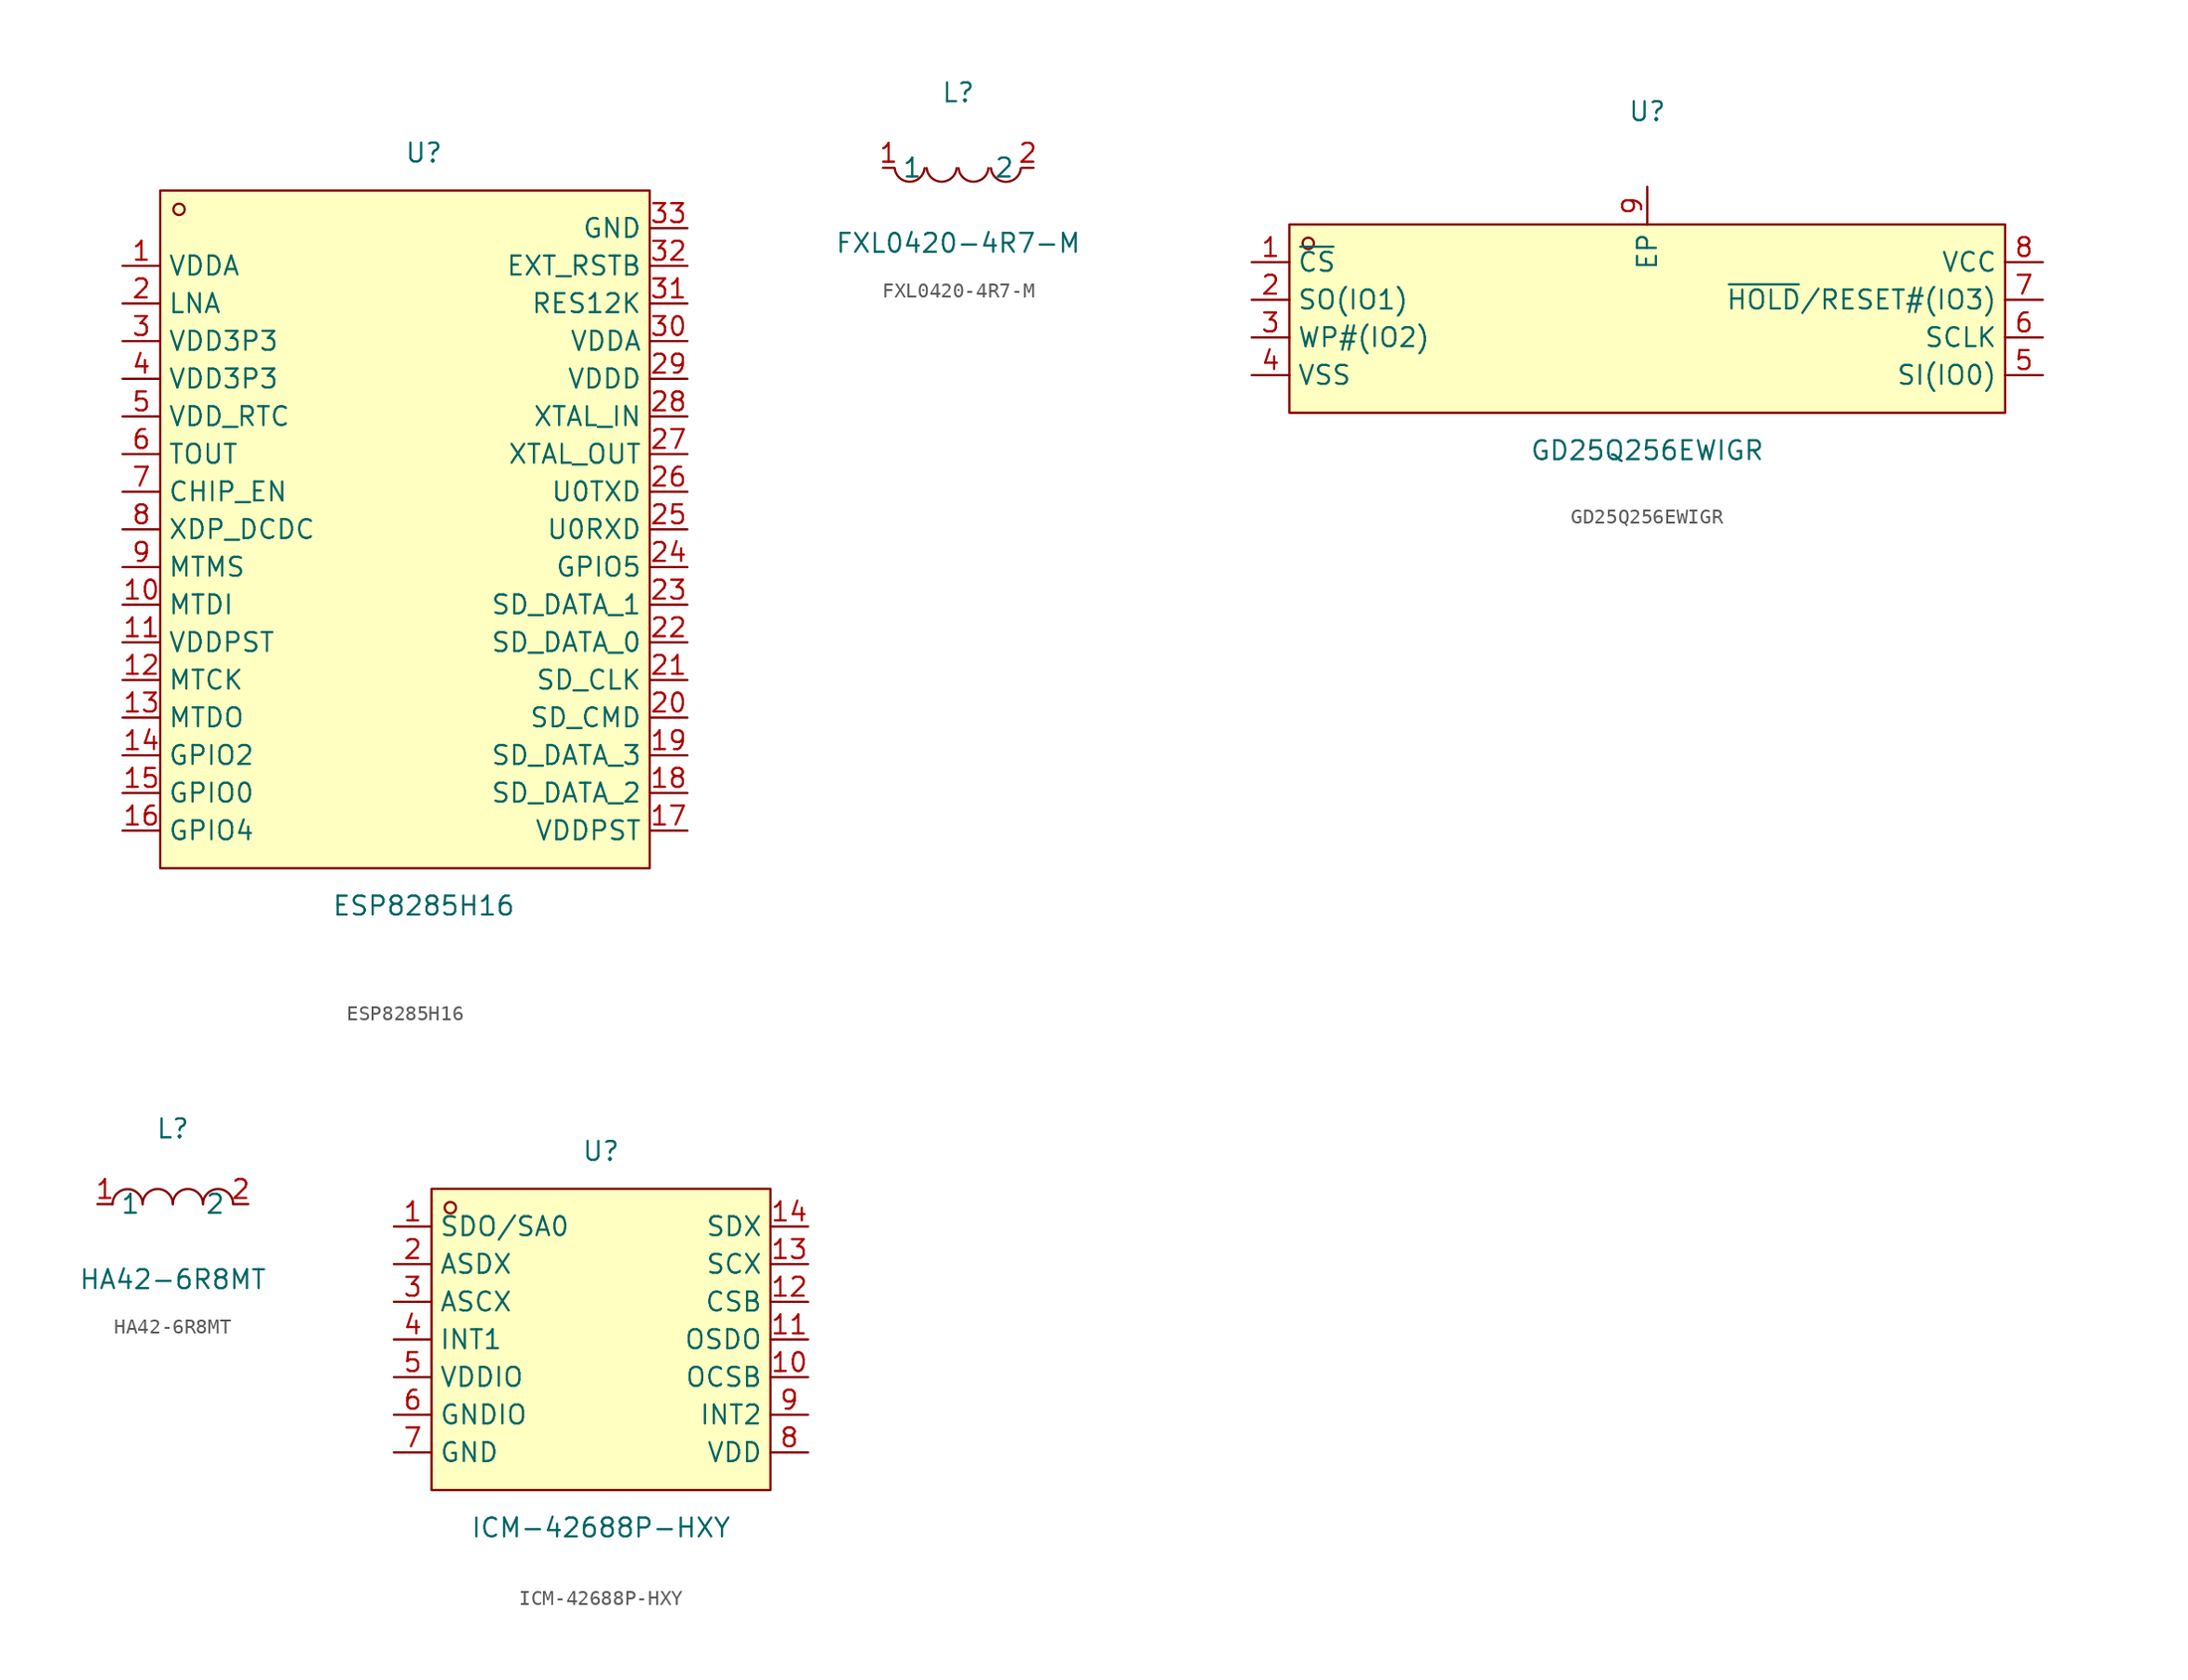
<source format=kicad_sym>
(kicad_symbol_lib
  (version 20241209)
  (generator "kicad_symbol_editor")
  (generator_version "9.0")
  (symbol "ESP8285H16"
    (property "Reference" "U"
      (at 0 25.4 0)
      (effects (font (size 1.27 1.27))))
    (property "Value" "ESP8285H16"
      (at 0 -25.4 0)
      (effects (font (size 1.27 1.27))))
    (symbol "ESP8285H16_0_1"
      (rectangle (start -17.78 22.86) (end 15.24 -22.86) (stroke (width 0) (type default)) (fill (type background)))
      (circle (center -16.51 21.59) (radius 0.38) (stroke (width 0) (type default)) (fill (type none)))
      (pin unspecified line (at -20.32 17.78 0) (length 2.54) (name "VDDA" (effects (font (size 1.27 1.27)))) (number "1" (effects (font (size 1.27 1.27)))))
      (pin unspecified line (at -20.32 15.24 0) (length 2.54) (name "LNA" (effects (font (size 1.27 1.27)))) (number "2" (effects (font (size 1.27 1.27)))))
      (pin unspecified line (at -20.32 12.7 0) (length 2.54) (name "VDD3P3" (effects (font (size 1.27 1.27)))) (number "3" (effects (font (size 1.27 1.27)))))
      (pin unspecified line (at -20.32 10.16 0) (length 2.54) (name "VDD3P3" (effects (font (size 1.27 1.27)))) (number "4" (effects (font (size 1.27 1.27)))))
      (pin unspecified line (at -20.32 7.62 0) (length 2.54) (name "VDD_RTC" (effects (font (size 1.27 1.27)))) (number "5" (effects (font (size 1.27 1.27)))))
      (pin unspecified line (at -20.32 5.08 0) (length 2.54) (name "TOUT" (effects (font (size 1.27 1.27)))) (number "6" (effects (font (size 1.27 1.27)))))
      (pin unspecified line (at -20.32 2.54 0) (length 2.54) (name "CHIP_EN" (effects (font (size 1.27 1.27)))) (number "7" (effects (font (size 1.27 1.27)))))
      (pin unspecified line (at -20.32 0 0) (length 2.54) (name "XDP_DCDC" (effects (font (size 1.27 1.27)))) (number "8" (effects (font (size 1.27 1.27)))))
      (pin unspecified line (at -20.32 -2.54 0) (length 2.54) (name "MTMS" (effects (font (size 1.27 1.27)))) (number "9" (effects (font (size 1.27 1.27)))))
      (pin unspecified line (at -20.32 -5.08 0) (length 2.54) (name "MTDI" (effects (font (size 1.27 1.27)))) (number "10" (effects (font (size 1.27 1.27)))))
      (pin unspecified line (at -20.32 -7.62 0) (length 2.54) (name "VDDPST" (effects (font (size 1.27 1.27)))) (number "11" (effects (font (size 1.27 1.27)))))
      (pin unspecified line (at -20.32 -10.16 0) (length 2.54) (name "MTCK" (effects (font (size 1.27 1.27)))) (number "12" (effects (font (size 1.27 1.27)))))
      (pin unspecified line (at -20.32 -12.7 0) (length 2.54) (name "MTDO" (effects (font (size 1.27 1.27)))) (number "13" (effects (font (size 1.27 1.27)))))
      (pin unspecified line (at -20.32 -15.24 0) (length 2.54) (name "GPIO2" (effects (font (size 1.27 1.27)))) (number "14" (effects (font (size 1.27 1.27)))))
      (pin unspecified line (at -20.32 -17.78 0) (length 2.54) (name "GPIO0" (effects (font (size 1.27 1.27)))) (number "15" (effects (font (size 1.27 1.27)))))
      (pin unspecified line (at -20.32 -20.32 0) (length 2.54) (name "GPIO4" (effects (font (size 1.27 1.27)))) (number "16" (effects (font (size 1.27 1.27)))))
      (pin unspecified line (at 17.78 20.32 180) (length 2.54) (name "GND" (effects (font (size 1.27 1.27)))) (number "33" (effects (font (size 1.27 1.27)))))
      (pin unspecified line (at 17.78 17.78 180) (length 2.54) (name "EXT_RSTB" (effects (font (size 1.27 1.27)))) (number "32" (effects (font (size 1.27 1.27)))))
      (pin unspecified line (at 17.78 15.24 180) (length 2.54) (name "RES12K" (effects (font (size 1.27 1.27)))) (number "31" (effects (font (size 1.27 1.27)))))
      (pin unspecified line (at 17.78 12.7 180) (length 2.54) (name "VDDA" (effects (font (size 1.27 1.27)))) (number "30" (effects (font (size 1.27 1.27)))))
      (pin unspecified line (at 17.78 10.16 180) (length 2.54) (name "VDDD" (effects (font (size 1.27 1.27)))) (number "29" (effects (font (size 1.27 1.27)))))
      (pin unspecified line (at 17.78 7.62 180) (length 2.54) (name "XTAL_IN" (effects (font (size 1.27 1.27)))) (number "28" (effects (font (size 1.27 1.27)))))
      (pin unspecified line (at 17.78 5.08 180) (length 2.54) (name "XTAL_OUT" (effects (font (size 1.27 1.27)))) (number "27" (effects (font (size 1.27 1.27)))))
      (pin unspecified line (at 17.78 2.54 180) (length 2.54) (name "U0TXD" (effects (font (size 1.27 1.27)))) (number "26" (effects (font (size 1.27 1.27)))))
      (pin unspecified line (at 17.78 0 180) (length 2.54) (name "U0RXD" (effects (font (size 1.27 1.27)))) (number "25" (effects (font (size 1.27 1.27)))))
      (pin unspecified line (at 17.78 -2.54 180) (length 2.54) (name "GPIO5" (effects (font (size 1.27 1.27)))) (number "24" (effects (font (size 1.27 1.27)))))
      (pin unspecified line (at 17.78 -5.08 180) (length 2.54) (name "SD_DATA_1" (effects (font (size 1.27 1.27)))) (number "23" (effects (font (size 1.27 1.27)))))
      (pin unspecified line (at 17.78 -7.62 180) (length 2.54) (name "SD_DATA_0" (effects (font (size 1.27 1.27)))) (number "22" (effects (font (size 1.27 1.27)))))
      (pin unspecified line (at 17.78 -10.16 180) (length 2.54) (name "SD_CLK" (effects (font (size 1.27 1.27)))) (number "21" (effects (font (size 1.27 1.27)))))
      (pin unspecified line (at 17.78 -12.7 180) (length 2.54) (name "SD_CMD" (effects (font (size 1.27 1.27)))) (number "20" (effects (font (size 1.27 1.27)))))
      (pin unspecified line (at 17.78 -15.24 180) (length 2.54) (name "SD_DATA_3" (effects (font (size 1.27 1.27)))) (number "19" (effects (font (size 1.27 1.27)))))
      (pin unspecified line (at 17.78 -17.78 180) (length 2.54) (name "SD_DATA_2" (effects (font (size 1.27 1.27)))) (number "18" (effects (font (size 1.27 1.27)))))
      (pin unspecified line (at 17.78 -20.32 180) (length 2.54) (name "VDDPST" (effects (font (size 1.27 1.27)))) (number "17" (effects (font (size 1.27 1.27)))))))
  (symbol "FXL0420-4R7-M"
    (property "Reference" "L"
      (at 0 5.08 0)
      (effects (font (size 1.27 1.27))))
    (property "Value" "FXL0420-4R7-M"
      (at 0 -5.08 0)
      (effects (font (size 1.27 1.27))))
    (symbol "FXL0420-4R7-M_0_1"
      (arc (start -2.27 -0.02) (mid -3.28 -0.937) (end -4.29 -0.02) (stroke (width 0) (type default)) (fill (type none)))
      (arc (start -0.11 -0.02) (mid -1.12 -0.937) (end -2.13 -0.02) (stroke (width 0) (type default)) (fill (type none)))
      (arc (start 2.04 -0.02) (mid 1.03 -0.937) (end 0.02 -0.02) (stroke (width 0) (type default)) (fill (type none)))
      (arc (start 4.23 -0.02) (mid 3.22 -0.9448) (end 2.21 -0.02) (stroke (width 0) (type default)) (fill (type none)))
      (pin unspecified line (at -5.08 0 0) (length 0.762) (name "1" (effects (font (size 1.27 1.27)))) (number "1" (effects (font (size 1.27 1.27)))))
      (pin unspecified line (at 5.08 0 180) (length 0.762) (name "2" (effects (font (size 1.27 1.27)))) (number "2" (effects (font (size 1.27 1.27)))))))
  (symbol "GD25Q256EWIGR"
    (property "Reference" "U"
      (at 0 13.97 0)
      (effects (font (size 1.27 1.27))))
    (property "Value" "GD25Q256EWIGR"
      (at 0 -8.89 0)
      (effects (font (size 1.27 1.27))))
    (symbol "GD25Q256EWIGR_0_1"
      (rectangle (start -24.13 6.35) (end 24.13 -6.35) (stroke (width 0) (type default)) (fill (type background)))
      (circle (center -22.86 5.08) (radius 0.38) (stroke (width 0) (type default)) (fill (type none)))
      (pin unspecified line (at -26.67 3.81 0) (length 2.54) (name "~{CS}" (effects (font (size 1.27 1.27)))) (number "1" (effects (font (size 1.27 1.27)))))
      (pin unspecified line (at -26.67 1.27 0) (length 2.54) (name "SO(IO1)" (effects (font (size 1.27 1.27)))) (number "2" (effects (font (size 1.27 1.27)))))
      (pin unspecified line (at -26.67 -1.27 0) (length 2.54) (name "WP#(IO2)" (effects (font (size 1.27 1.27)))) (number "3" (effects (font (size 1.27 1.27)))))
      (pin unspecified line (at -26.67 -3.81 0) (length 2.54) (name "VSS" (effects (font (size 1.27 1.27)))) (number "4" (effects (font (size 1.27 1.27)))))
      (pin unspecified line (at 0 8.89 270) (length 2.54) (name "EP" (effects (font (size 1.27 1.27)))) (number "9" (effects (font (size 1.27 1.27)))))
      (pin unspecified line (at 26.67 3.81 180) (length 2.54) (name "VCC" (effects (font (size 1.27 1.27)))) (number "8" (effects (font (size 1.27 1.27)))))
      (pin unspecified line (at 26.67 1.27 180) (length 2.54) (name "~{HOLD}/RESET#(IO3)" (effects (font (size 1.27 1.27)))) (number "7" (effects (font (size 1.27 1.27)))))
      (pin unspecified line (at 26.67 -1.27 180) (length 2.54) (name "SCLK" (effects (font (size 1.27 1.27)))) (number "6" (effects (font (size 1.27 1.27)))))
      (pin unspecified line (at 26.67 -3.81 180) (length 2.54) (name "SI(IO0)" (effects (font (size 1.27 1.27)))) (number "5" (effects (font (size 1.27 1.27)))))))
  (symbol "HA42-6R8MT"
    (property "Reference" "L"
      (at 0 5.08 0)
      (effects (font (size 1.27 1.27))))
    (property "Value" "HA42-6R8MT"
      (at 0 -5.08 0)
      (effects (font (size 1.27 1.27))))
    (symbol "HA42-6R8MT_0_1"
      (arc (start -4.06 -0.01) (mid -2.83 0.99) (end -2.03 0.01) (stroke (width 0) (type default)) (fill (type none)))
      (arc (start -2.03 -0.01) (mid -0.8 0.99) (end 0 0.01) (stroke (width 0) (type default)) (fill (type none)))
      (arc (start 0 -0.01) (mid 1.23 0.99) (end 2.03 0.01) (stroke (width 0) (type default)) (fill (type none)))
      (arc (start 2.03 -0.01) (mid 3.26 0.99) (end 4.06 0.01) (stroke (width 0) (type default)) (fill (type none)))
      (pin unspecified line (at -5.08 0 0) (length 1.016) (name "1" (effects (font (size 1.27 1.27)))) (number "1" (effects (font (size 1.27 1.27)))))
      (pin unspecified line (at 5.08 0 180) (length 1.016) (name "2" (effects (font (size 1.27 1.27)))) (number "2" (effects (font (size 1.27 1.27)))))))
  (symbol "ICM-42688P-HXY"
    (property "Reference" "U"
      (at 0 12.7 0)
      (effects (font (size 1.27 1.27))))
    (property "Value" "ICM-42688P-HXY"
      (at 0 -12.7 0)
      (effects (font (size 1.27 1.27))))
    (symbol "ICM-42688P-HXY_0_1"
      (rectangle (start -11.43 10.16) (end 11.43 -10.16) (stroke (width 0) (type default)) (fill (type background)))
      (circle (center -10.16 8.89) (radius 0.38) (stroke (width 0) (type default)) (fill (type none)))
      (pin unspecified line (at -13.97 7.62 0) (length 2.54) (name "SDO/SA0" (effects (font (size 1.27 1.27)))) (number "1" (effects (font (size 1.27 1.27)))))
      (pin unspecified line (at -13.97 5.08 0) (length 2.54) (name "ASDX" (effects (font (size 1.27 1.27)))) (number "2" (effects (font (size 1.27 1.27)))))
      (pin unspecified line (at -13.97 2.54 0) (length 2.54) (name "ASCX" (effects (font (size 1.27 1.27)))) (number "3" (effects (font (size 1.27 1.27)))))
      (pin unspecified line (at -13.97 0 0) (length 2.54) (name "INT1" (effects (font (size 1.27 1.27)))) (number "4" (effects (font (size 1.27 1.27)))))
      (pin unspecified line (at -13.97 -2.54 0) (length 2.54) (name "VDDIO" (effects (font (size 1.27 1.27)))) (number "5" (effects (font (size 1.27 1.27)))))
      (pin unspecified line (at -13.97 -5.08 0) (length 2.54) (name "GNDIO" (effects (font (size 1.27 1.27)))) (number "6" (effects (font (size 1.27 1.27)))))
      (pin unspecified line (at -13.97 -7.62 0) (length 2.54) (name "GND" (effects (font (size 1.27 1.27)))) (number "7" (effects (font (size 1.27 1.27)))))
      (pin unspecified line (at 13.97 7.62 180) (length 2.54) (name "SDX" (effects (font (size 1.27 1.27)))) (number "14" (effects (font (size 1.27 1.27)))))
      (pin unspecified line (at 13.97 5.08 180) (length 2.54) (name "SCX" (effects (font (size 1.27 1.27)))) (number "13" (effects (font (size 1.27 1.27)))))
      (pin unspecified line (at 13.97 2.54 180) (length 2.54) (name "CSB" (effects (font (size 1.27 1.27)))) (number "12" (effects (font (size 1.27 1.27)))))
      (pin unspecified line (at 13.97 0 180) (length 2.54) (name "OSDO" (effects (font (size 1.27 1.27)))) (number "11" (effects (font (size 1.27 1.27)))))
      (pin unspecified line (at 13.97 -2.54 180) (length 2.54) (name "OCSB" (effects (font (size 1.27 1.27)))) (number "10" (effects (font (size 1.27 1.27)))))
      (pin unspecified line (at 13.97 -5.08 180) (length 2.54) (name "INT2" (effects (font (size 1.27 1.27)))) (number "9" (effects (font (size 1.27 1.27)))))
      (pin unspecified line (at 13.97 -7.62 180) (length 2.54) (name "VDD" (effects (font (size 1.27 1.27)))) (number "8" (effects (font (size 1.27 1.27))))))))
</source>
